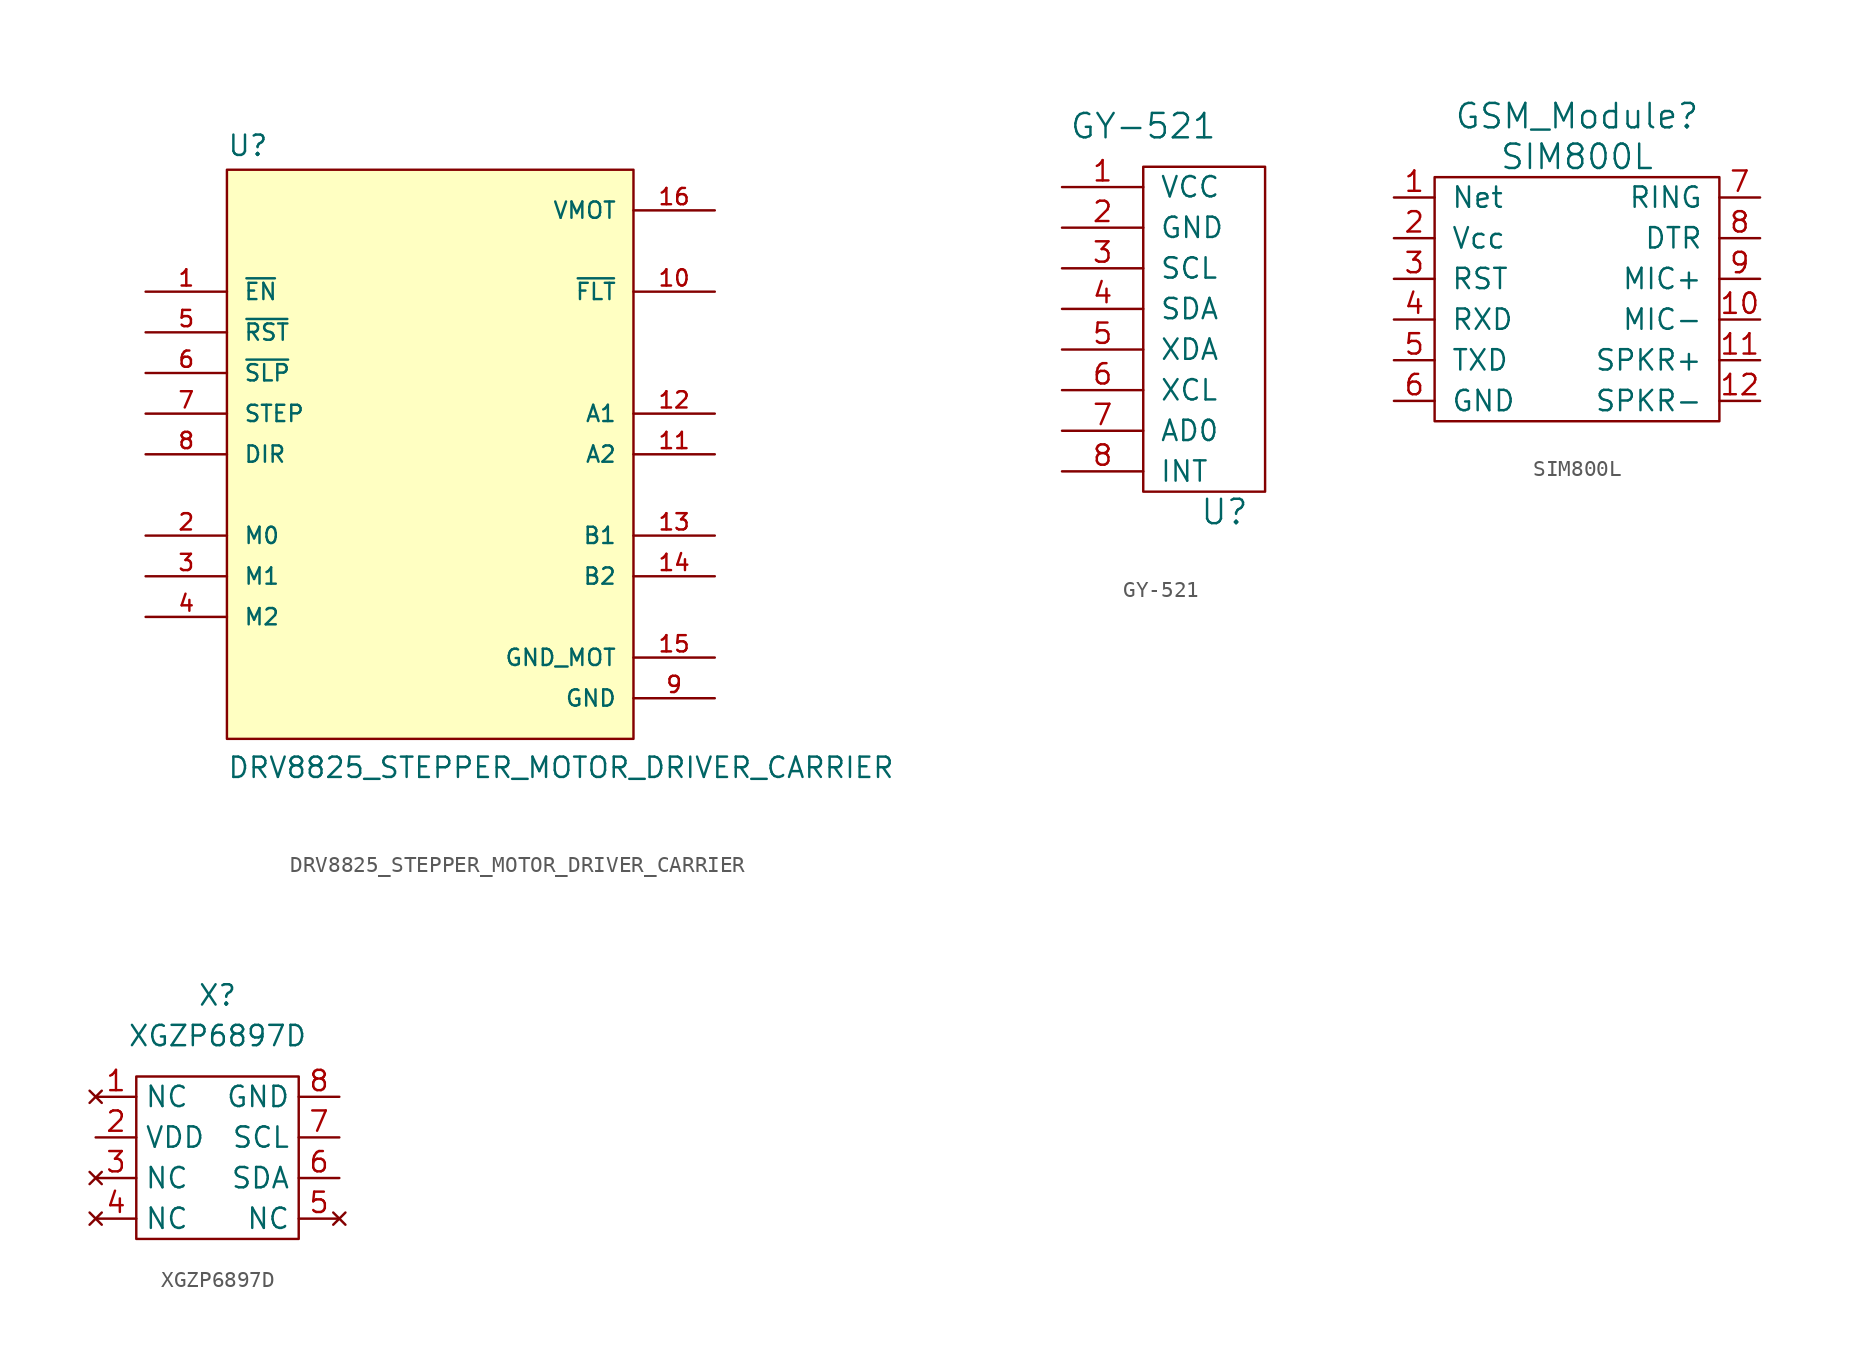
<source format=kicad_sym>
(kicad_symbol_lib
  (version 20211014)
  (generator kicad_symbol_editor)
  (symbol "DRV8825_STEPPER_MOTOR_DRIVER_CARRIER"
    (pin_names
      (offset 1.016))
    (property "Reference" "U"
      (at -12.7 18.542 0)
      (effects (font (size 1.27 1.27)) (justify left bottom)))
    (property "Value" "DRV8825_STEPPER_MOTOR_DRIVER_CARRIER"
      (at -12.7 -20.32 0)
      (effects (font (size 1.27 1.27)) (justify left bottom)))
    (property "ki_locked" ""
      (at 0 0 0)
      (effects (font (size 1.27 1.27))))
    (symbol "DRV8825_STEPPER_MOTOR_DRIVER_CARRIER_0_0"
      (rectangle (start -12.7 -17.78) (end 12.7 17.78) (stroke (width 0.152) (type default) (color 0 0 0 0)) (fill (type background)))
      (pin input line (at -17.78 10.16 0) (length 5.08) (name "~{EN}" (effects (font (size 1.016 1.016)))) (number "1" (effects (font (size 1.016 1.016)))))
      (pin output line (at 17.78 10.16 180) (length 5.08) (name "~{FLT}" (effects (font (size 1.016 1.016)))) (number "10" (effects (font (size 1.016 1.016)))))
      (pin output line (at 17.78 0 180) (length 5.08) (name "A2" (effects (font (size 1.016 1.016)))) (number "11" (effects (font (size 1.016 1.016)))))
      (pin output line (at 17.78 2.54 180) (length 5.08) (name "A1" (effects (font (size 1.016 1.016)))) (number "12" (effects (font (size 1.016 1.016)))))
      (pin output line (at 17.78 -5.08 180) (length 5.08) (name "B1" (effects (font (size 1.016 1.016)))) (number "13" (effects (font (size 1.016 1.016)))))
      (pin output line (at 17.78 -7.62 180) (length 5.08) (name "B2" (effects (font (size 1.016 1.016)))) (number "14" (effects (font (size 1.016 1.016)))))
      (pin power_in line (at 17.78 -12.7 180) (length 5.08) (name "GND_MOT" (effects (font (size 1.016 1.016)))) (number "15" (effects (font (size 1.016 1.016)))))
      (pin power_in line (at 17.78 15.24 180) (length 5.08) (name "VMOT" (effects (font (size 1.016 1.016)))) (number "16" (effects (font (size 1.016 1.016)))))
      (pin input line (at -17.78 -5.08 0) (length 5.08) (name "M0" (effects (font (size 1.016 1.016)))) (number "2" (effects (font (size 1.016 1.016)))))
      (pin input line (at -17.78 -7.62 0) (length 5.08) (name "M1" (effects (font (size 1.016 1.016)))) (number "3" (effects (font (size 1.016 1.016)))))
      (pin input line (at -17.78 -10.16 0) (length 5.08) (name "M2" (effects (font (size 1.016 1.016)))) (number "4" (effects (font (size 1.016 1.016)))))
      (pin input line (at -17.78 7.62 0) (length 5.08) (name "~{RST}" (effects (font (size 1.016 1.016)))) (number "5" (effects (font (size 1.016 1.016)))))
      (pin input line (at -17.78 5.08 0) (length 5.08) (name "~{SLP}" (effects (font (size 1.016 1.016)))) (number "6" (effects (font (size 1.016 1.016)))))
      (pin input line (at -17.78 2.54 0) (length 5.08) (name "STEP" (effects (font (size 1.016 1.016)))) (number "7" (effects (font (size 1.016 1.016)))))
      (pin input line (at -17.78 0 0) (length 5.08) (name "DIR" (effects (font (size 1.016 1.016)))) (number "8" (effects (font (size 1.016 1.016)))))
      (pin power_in line (at 17.78 -15.24 180) (length 5.08) (name "GND" (effects (font (size 1.016 1.016)))) (number "9" (effects (font (size 1.016 1.016)))))))
  (symbol "GY-521"
    (pin_names
      (offset 1.016))
    (property "Reference" "U"
      (at 5.08 -15.24 0)
      (effects (font (size 1.524 1.524))))
    (property "Value" "GY-521"
      (at 0 8.89 0)
      (effects (font (size 1.524 1.524))))
    (symbol "GY-521_0_1"
      (rectangle (start 0 6.35) (end 7.62 -13.97) (stroke (width 0) (type default) (color 0 0 0 0)) (fill (type none))))
    (symbol "GY-521_1_1"
      (pin input line (at -5.08 5.08 0) (length 5.08) (name "VCC" (effects (font (size 1.27 1.27)))) (number "1" (effects (font (size 1.27 1.27)))))
      (pin input line (at -5.08 2.54 0) (length 5.08) (name "GND" (effects (font (size 1.27 1.27)))) (number "2" (effects (font (size 1.27 1.27)))))
      (pin input line (at -5.08 0 0) (length 5.08) (name "SCL" (effects (font (size 1.27 1.27)))) (number "3" (effects (font (size 1.27 1.27)))))
      (pin input line (at -5.08 -2.54 0) (length 5.08) (name "SDA" (effects (font (size 1.27 1.27)))) (number "4" (effects (font (size 1.27 1.27)))))
      (pin input line (at -5.08 -5.08 0) (length 5.08) (name "XDA" (effects (font (size 1.27 1.27)))) (number "5" (effects (font (size 1.27 1.27)))))
      (pin input line (at -5.08 -7.62 0) (length 5.08) (name "XCL" (effects (font (size 1.27 1.27)))) (number "6" (effects (font (size 1.27 1.27)))))
      (pin input line (at -5.08 -10.16 0) (length 5.08) (name "AD0" (effects (font (size 1.27 1.27)))) (number "7" (effects (font (size 1.27 1.27)))))
      (pin input line (at -5.08 -12.7 0) (length 5.08) (name "INT" (effects (font (size 1.27 1.27)))) (number "8" (effects (font (size 1.27 1.27)))))))
  (symbol "SIM800L"
    (pin_names
      (offset 1.016))
    (property "Reference" "GSM_Module"
      (at 0 12.7 0)
      (effects (font (size 1.524 1.524))))
    (property "Value" "SIM800L"
      (at 0 10.16 0)
      (effects (font (size 1.524 1.524))))
    (symbol "SIM800L_0_1"
      (rectangle (start -8.89 8.89) (end 8.89 -6.35) (stroke (width 0) (type default) (color 0 0 0 0)) (fill (type none))))
    (symbol "SIM800L_1_1"
      (pin output line (at -11.43 7.62 0) (length 2.54) (name "Net" (effects (font (size 1.27 1.27)))) (number "1" (effects (font (size 1.27 1.27)))))
      (pin input line (at 11.43 0 180) (length 2.54) (name "MIC-" (effects (font (size 1.27 1.27)))) (number "10" (effects (font (size 1.27 1.27)))))
      (pin output line (at 11.43 -2.54 180) (length 2.54) (name "SPKR+" (effects (font (size 1.27 1.27)))) (number "11" (effects (font (size 1.27 1.27)))))
      (pin output line (at 11.43 -5.08 180) (length 2.54) (name "SPKR-" (effects (font (size 1.27 1.27)))) (number "12" (effects (font (size 1.27 1.27)))))
      (pin power_in line (at -11.43 5.08 0) (length 2.54) (name "Vcc" (effects (font (size 1.27 1.27)))) (number "2" (effects (font (size 1.27 1.27)))))
      (pin input line (at -11.43 2.54 0) (length 2.54) (name "RST" (effects (font (size 1.27 1.27)))) (number "3" (effects (font (size 1.27 1.27)))))
      (pin input line (at -11.43 0 0) (length 2.54) (name "RXD" (effects (font (size 1.27 1.27)))) (number "4" (effects (font (size 1.27 1.27)))))
      (pin output line (at -11.43 -2.54 0) (length 2.54) (name "TXD" (effects (font (size 1.27 1.27)))) (number "5" (effects (font (size 1.27 1.27)))))
      (pin power_in line (at -11.43 -5.08 0) (length 2.54) (name "GND" (effects (font (size 1.27 1.27)))) (number "6" (effects (font (size 1.27 1.27)))))
      (pin output line (at 11.43 7.62 180) (length 2.54) (name "RING" (effects (font (size 1.27 1.27)))) (number "7" (effects (font (size 1.27 1.27)))))
      (pin output line (at 11.43 5.08 180) (length 2.54) (name "DTR" (effects (font (size 1.27 1.27)))) (number "8" (effects (font (size 1.27 1.27)))))
      (pin input line (at 11.43 2.54 180) (length 2.54) (name "MIC+" (effects (font (size 1.27 1.27)))) (number "9" (effects (font (size 1.27 1.27)))))))
  (symbol "XGZP6897D"
    (property "Reference" "X"
      (at 0 10.16 0)
      (effects (font (size 1.27 1.27))))
    (property "Value" "XGZP6897D"
      (at 0 7.62 0)
      (effects (font (size 1.27 1.27))))
    (symbol "XGZP6897D_0_1"
      (rectangle (start -5.08 5.08) (end 5.08 -5.08) (stroke (width 0) (type default) (color 0 0 0 0)) (fill (type none))))
    (symbol "XGZP6897D_1_1"
      (pin no_connect line (at -7.62 3.81 0) (length 2.54) (name "NC" (effects (font (size 1.27 1.27)))) (number "1" (effects (font (size 1.27 1.27)))))
      (pin power_in line (at -7.62 1.27 0) (length 2.54) (name "VDD" (effects (font (size 1.27 1.27)))) (number "2" (effects (font (size 1.27 1.27)))))
      (pin no_connect line (at -7.62 -1.27 0) (length 2.54) (name "NC" (effects (font (size 1.27 1.27)))) (number "3" (effects (font (size 1.27 1.27)))))
      (pin no_connect line (at -7.62 -3.81 0) (length 2.54) (name "NC" (effects (font (size 1.27 1.27)))) (number "4" (effects (font (size 1.27 1.27)))))
      (pin no_connect line (at 7.62 -3.81 180) (length 2.54) (name "NC" (effects (font (size 1.27 1.27)))) (number "5" (effects (font (size 1.27 1.27)))))
      (pin bidirectional line (at 7.62 -1.27 180) (length 2.54) (name "SDA" (effects (font (size 1.27 1.27)))) (number "6" (effects (font (size 1.27 1.27)))))
      (pin bidirectional line (at 7.62 1.27 180) (length 2.54) (name "SCL" (effects (font (size 1.27 1.27)))) (number "7" (effects (font (size 1.27 1.27)))))
      (pin power_in line (at 7.62 3.81 180) (length 2.54) (name "GND" (effects (font (size 1.27 1.27)))) (number "8" (effects (font (size 1.27 1.27))))))))
</source>
